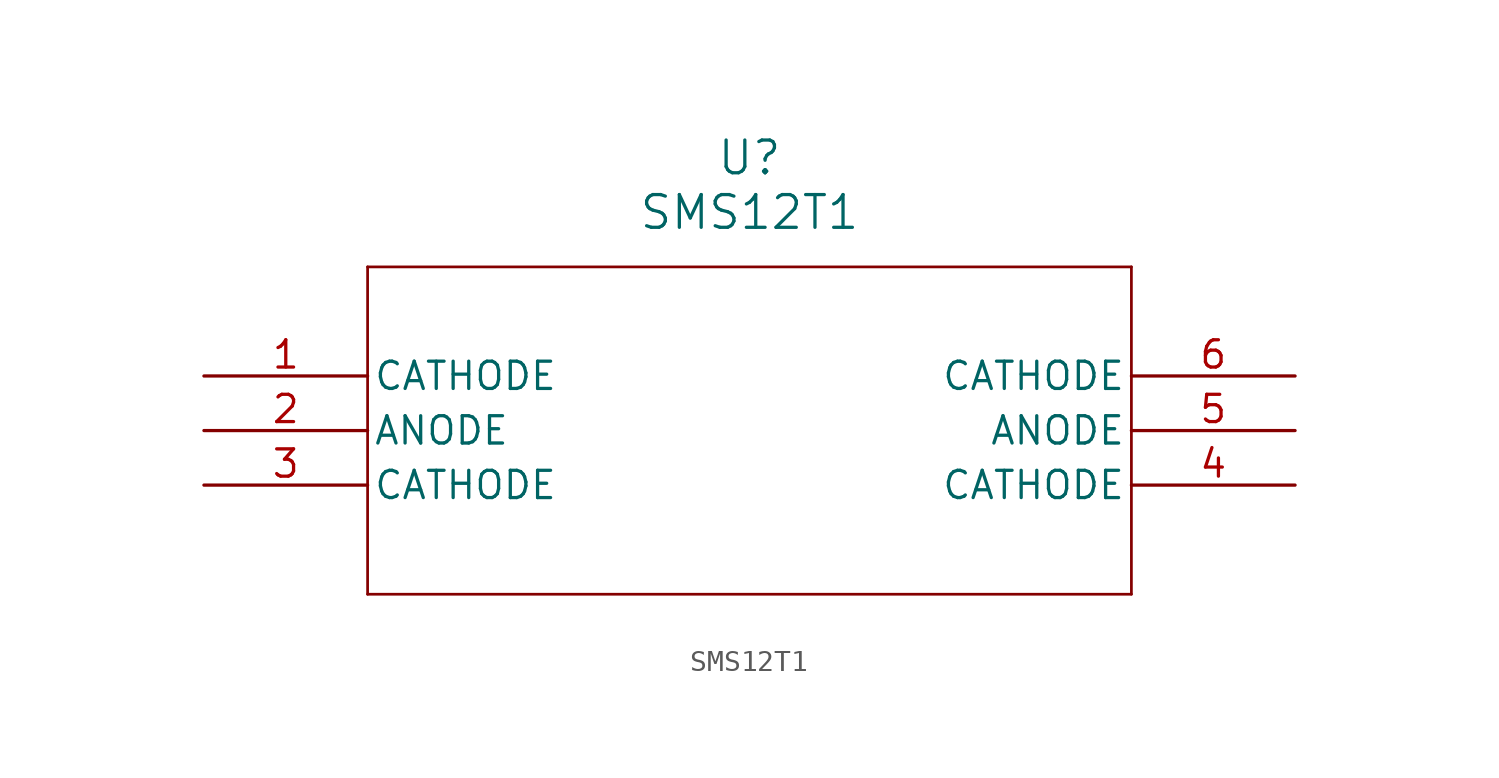
<source format=kicad_sym>
(kicad_symbol_lib
  (version 20211014)
  (generator kicad_symbol_editor)
  (symbol "SMS12T1"
    (pin_names
      (offset 0.254))
    (property "Reference" "U"
      (at 25.4 10.16 0)
      (effects (font (size 1.524 1.524))))
    (property "Value" "SMS12T1"
      (at 25.4 7.62 0)
      (effects (font (size 1.524 1.524))))
    (symbol "SMS12T1_0_1"
      (polyline (pts (xy 7.62 5.08) (xy 7.62 -10.16)) (stroke (width 0.127) (type default) (color 0 0 0 0)) (fill (type none)))
      (polyline (pts (xy 7.62 -10.16) (xy 43.18 -10.16)) (stroke (width 0.127) (type default) (color 0 0 0 0)) (fill (type none)))
      (polyline (pts (xy 43.18 -10.16) (xy 43.18 5.08)) (stroke (width 0.127) (type default) (color 0 0 0 0)) (fill (type none)))
      (polyline (pts (xy 43.18 5.08) (xy 7.62 5.08)) (stroke (width 0.127) (type default) (color 0 0 0 0)) (fill (type none)))
      (pin output line (at 0 0 0) (length 7.62) (name "CATHODE" (effects (font (size 1.27 1.27)))) (number "1" (effects (font (size 1.27 1.27)))))
      (pin input line (at 0 -2.54 0) (length 7.62) (name "ANODE" (effects (font (size 1.27 1.27)))) (number "2" (effects (font (size 1.27 1.27)))))
      (pin output line (at 0 -5.08 0) (length 7.62) (name "CATHODE" (effects (font (size 1.27 1.27)))) (number "3" (effects (font (size 1.27 1.27)))))
      (pin output line (at 50.8 -5.08 180) (length 7.62) (name "CATHODE" (effects (font (size 1.27 1.27)))) (number "4" (effects (font (size 1.27 1.27)))))
      (pin input line (at 50.8 -2.54 180) (length 7.62) (name "ANODE" (effects (font (size 1.27 1.27)))) (number "5" (effects (font (size 1.27 1.27)))))
      (pin output line (at 50.8 0 180) (length 7.62) (name "CATHODE" (effects (font (size 1.27 1.27)))) (number "6" (effects (font (size 1.27 1.27))))))))
</source>
